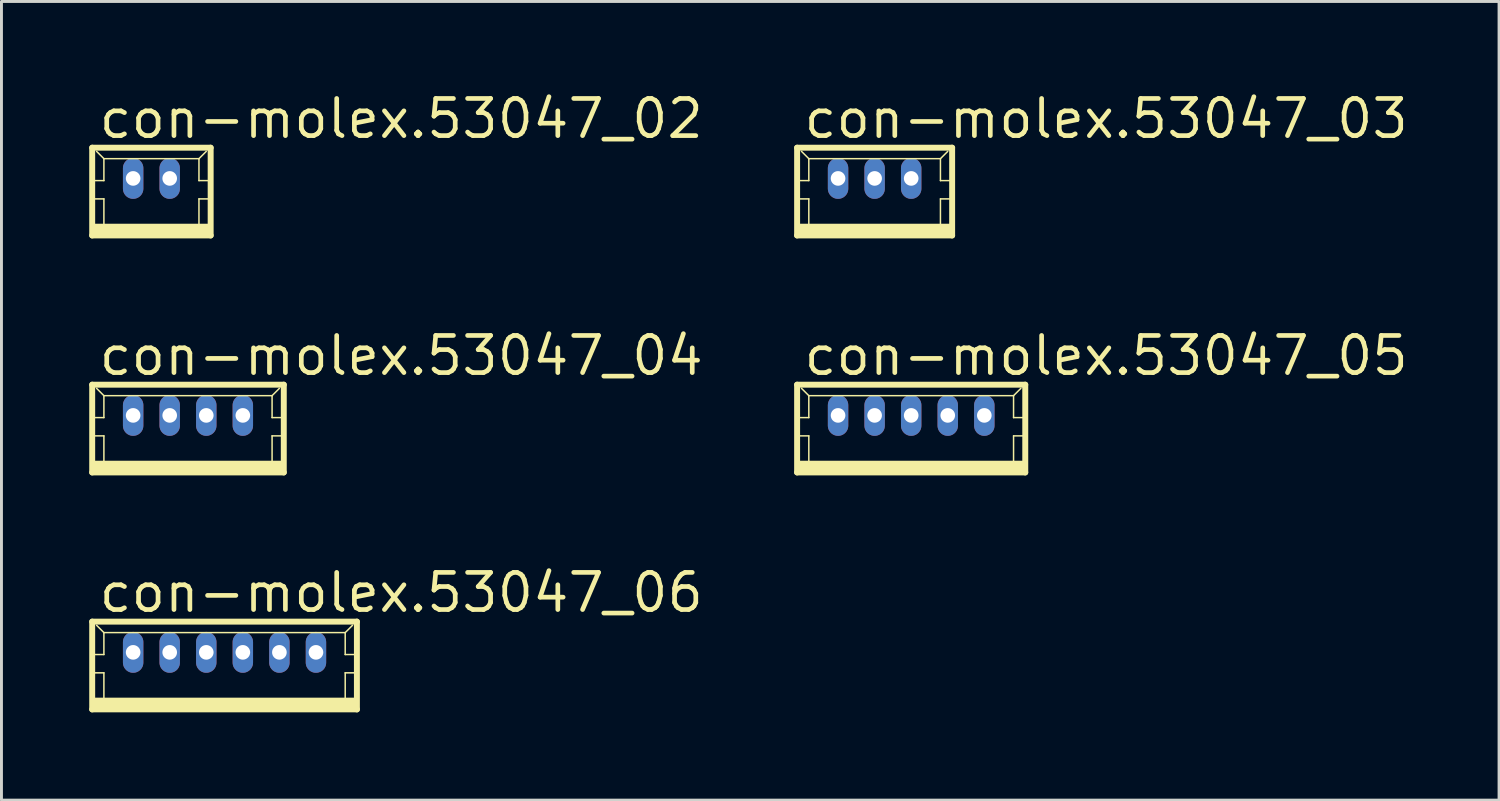
<source format=kicad_pcb>
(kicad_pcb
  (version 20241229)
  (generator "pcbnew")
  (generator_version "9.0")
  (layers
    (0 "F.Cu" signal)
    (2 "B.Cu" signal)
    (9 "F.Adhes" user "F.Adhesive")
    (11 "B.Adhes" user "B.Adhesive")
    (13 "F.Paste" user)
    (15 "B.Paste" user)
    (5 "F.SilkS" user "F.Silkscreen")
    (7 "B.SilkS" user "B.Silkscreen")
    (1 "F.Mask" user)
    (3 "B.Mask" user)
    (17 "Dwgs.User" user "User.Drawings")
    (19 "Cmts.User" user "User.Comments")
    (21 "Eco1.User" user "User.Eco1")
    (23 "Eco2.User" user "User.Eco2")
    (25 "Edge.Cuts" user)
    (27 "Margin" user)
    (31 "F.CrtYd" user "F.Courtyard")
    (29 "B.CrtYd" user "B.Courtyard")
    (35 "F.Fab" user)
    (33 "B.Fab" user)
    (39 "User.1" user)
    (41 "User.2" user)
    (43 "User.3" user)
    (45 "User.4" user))
  (footprint "con-molex.53047_02"
    (layer "F.Cu")
    (at 2.127 3.5)
    (property "Reference" "con-molex.53047_02" (at -1.875 -1.75 0) (layer "F.SilkS") (effects (font (size 1.27 1.27) (thickness 0.16)) (justify left bottom)))
    (attr through_hole)
    (fp_line (start -2.025 -1.5) (end -2.025 1.5) (stroke (width 0.203) (type default)) (layer "F.SilkS"))
    (fp_line (start -2.025 1.5) (end 2.025 1.5) (stroke (width 0.203) (type default)) (layer "F.SilkS"))
    (fp_line (start -2 -0.375) (end -1.625 -0.375) (stroke (width 0.051) (type default)) (layer "F.SilkS"))
    (fp_line (start -2 0.25) (end -1.625 0.25) (stroke (width 0.051) (type default)) (layer "F.SilkS"))
    (fp_line (start -1.625 -1.125) (end -1.875 -1.375) (stroke (width 0.051) (type default)) (layer "F.SilkS"))
    (fp_line (start -1.625 -1.125) (end 1.625 -1.125) (stroke (width 0.051) (type default)) (layer "F.SilkS"))
    (fp_line (start -1.625 -0.375) (end -1.625 -1.125) (stroke (width 0.051) (type default)) (layer "F.SilkS"))
    (fp_line (start -1.625 0.25) (end -1.625 1.25) (stroke (width 0.051) (type default)) (layer "F.SilkS"))
    (fp_line (start 1.625 -1.125) (end 1.625 -0.375) (stroke (width 0.051) (type default)) (layer "F.SilkS"))
    (fp_line (start 1.625 -1.125) (end 1.875 -1.375) (stroke (width 0.051) (type default)) (layer "F.SilkS"))
    (fp_line (start 1.625 -0.375) (end 2 -0.375) (stroke (width 0.051) (type default)) (layer "F.SilkS"))
    (fp_line (start 1.625 0.25) (end 1.625 1.25) (stroke (width 0.051) (type default)) (layer "F.SilkS"))
    (fp_line (start 1.625 0.25) (end 2 0.25) (stroke (width 0.051) (type default)) (layer "F.SilkS"))
    (fp_line (start 2.025 -1.5) (end -2.025 -1.5) (stroke (width 0.203) (type default)) (layer "F.SilkS"))
    (fp_line (start 2.025 1.5) (end 2.025 -1.5) (stroke (width 0.203) (type default)) (layer "F.SilkS"))
    (fp_rect (start -2 1.5) (end 2 1.125) (stroke (width 0.05) (type default)) (fill yes) (layer "F.SilkS"))
    (pad "1" thru_hole oval (at 0.625 -0.45 90) (size 1.397 0.698) (drill 0.5) (layers "*.Cu" "*.Mask"))
    (pad "2" thru_hole oval (at -0.625 -0.45 90) (size 1.397 0.698) (drill 0.5) (layers "*.Cu" "*.Mask")))
  (footprint "con-molex.53047_06"
    (layer "F.Cu")
    (at 4.627 19.703)
    (property "Reference" "con-molex.53047_06" (at -4.375 -1.75 0) (layer "F.SilkS") (effects (font (size 1.27 1.27) (thickness 0.16)) (justify left bottom)))
    (attr through_hole)
    (fp_line (start -4.525 -1.5) (end -4.525 1.5) (stroke (width 0.203) (type default)) (layer "F.SilkS"))
    (fp_line (start -4.525 1.5) (end 4.525 1.5) (stroke (width 0.203) (type default)) (layer "F.SilkS"))
    (fp_line (start -4.5 -0.375) (end -4.125 -0.375) (stroke (width 0.051) (type default)) (layer "F.SilkS"))
    (fp_line (start -4.5 0.25) (end -4.125 0.25) (stroke (width 0.051) (type default)) (layer "F.SilkS"))
    (fp_line (start -4.125 -1.125) (end -4.375 -1.375) (stroke (width 0.051) (type default)) (layer "F.SilkS"))
    (fp_line (start -4.125 -1.125) (end 4.125 -1.125) (stroke (width 0.051) (type default)) (layer "F.SilkS"))
    (fp_line (start -4.125 -0.375) (end -4.125 -1.125) (stroke (width 0.051) (type default)) (layer "F.SilkS"))
    (fp_line (start -4.125 0.25) (end -4.125 1.25) (stroke (width 0.051) (type default)) (layer "F.SilkS"))
    (fp_line (start 4.125 -1.125) (end 4.125 -0.375) (stroke (width 0.051) (type default)) (layer "F.SilkS"))
    (fp_line (start 4.125 -1.125) (end 4.375 -1.375) (stroke (width 0.051) (type default)) (layer "F.SilkS"))
    (fp_line (start 4.125 -0.375) (end 4.5 -0.375) (stroke (width 0.051) (type default)) (layer "F.SilkS"))
    (fp_line (start 4.125 0.25) (end 4.125 1.25) (stroke (width 0.051) (type default)) (layer "F.SilkS"))
    (fp_line (start 4.125 0.25) (end 4.5 0.25) (stroke (width 0.051) (type default)) (layer "F.SilkS"))
    (fp_line (start 4.525 -1.5) (end -4.525 -1.5) (stroke (width 0.203) (type default)) (layer "F.SilkS"))
    (fp_line (start 4.525 1.5) (end 4.525 -1.5) (stroke (width 0.203) (type default)) (layer "F.SilkS"))
    (fp_rect (start -4.5 1.5) (end 4.5 1.125) (stroke (width 0.05) (type default)) (fill yes) (layer "F.SilkS"))
    (pad "1" thru_hole oval (at 3.125 -0.45 90) (size 1.397 0.698) (drill 0.5) (layers "*.Cu" "*.Mask"))
    (pad "2" thru_hole oval (at 1.875 -0.45 90) (size 1.397 0.698) (drill 0.5) (layers "*.Cu" "*.Mask"))
    (pad "3" thru_hole oval (at 0.625 -0.45 90) (size 1.397 0.698) (drill 0.5) (layers "*.Cu" "*.Mask"))
    (pad "4" thru_hole oval (at -0.625 -0.45 90) (size 1.397 0.698) (drill 0.5) (layers "*.Cu" "*.Mask"))
    (pad "5" thru_hole oval (at -1.875 -0.45 90) (size 1.397 0.698) (drill 0.5) (layers "*.Cu" "*.Mask"))
    (pad "6" thru_hole oval (at -3.125 -0.45 90) (size 1.397 0.698) (drill 0.5) (layers "*.Cu" "*.Mask")))
  (footprint "con-molex.53047_03"
    (layer "F.Cu")
    (at 26.852 3.5)
    (property "Reference" "con-molex.53047_03" (at -2.5 -1.75 0) (layer "F.SilkS") (effects (font (size 1.27 1.27) (thickness 0.16)) (justify left bottom)))
    (attr through_hole)
    (fp_line (start -2.65 -1.5) (end -2.65 1.5) (stroke (width 0.203) (type default)) (layer "F.SilkS"))
    (fp_line (start -2.65 1.5) (end 2.65 1.5) (stroke (width 0.203) (type default)) (layer "F.SilkS"))
    (fp_line (start -2.625 -0.375) (end -2.25 -0.375) (stroke (width 0.051) (type default)) (layer "F.SilkS"))
    (fp_line (start -2.625 0.25) (end -2.25 0.25) (stroke (width 0.051) (type default)) (layer "F.SilkS"))
    (fp_line (start -2.25 -1.125) (end -2.5 -1.375) (stroke (width 0.051) (type default)) (layer "F.SilkS"))
    (fp_line (start -2.25 -1.125) (end 2.25 -1.125) (stroke (width 0.051) (type default)) (layer "F.SilkS"))
    (fp_line (start -2.25 -0.375) (end -2.25 -1.125) (stroke (width 0.051) (type default)) (layer "F.SilkS"))
    (fp_line (start -2.25 0.25) (end -2.25 1.25) (stroke (width 0.051) (type default)) (layer "F.SilkS"))
    (fp_line (start 2.25 -1.125) (end 2.25 -0.375) (stroke (width 0.051) (type default)) (layer "F.SilkS"))
    (fp_line (start 2.25 -1.125) (end 2.5 -1.375) (stroke (width 0.051) (type default)) (layer "F.SilkS"))
    (fp_line (start 2.25 -0.375) (end 2.625 -0.375) (stroke (width 0.051) (type default)) (layer "F.SilkS"))
    (fp_line (start 2.25 0.25) (end 2.25 1.25) (stroke (width 0.051) (type default)) (layer "F.SilkS"))
    (fp_line (start 2.25 0.25) (end 2.625 0.25) (stroke (width 0.051) (type default)) (layer "F.SilkS"))
    (fp_line (start 2.65 -1.5) (end -2.65 -1.5) (stroke (width 0.203) (type default)) (layer "F.SilkS"))
    (fp_line (start 2.65 1.5) (end 2.65 -1.5) (stroke (width 0.203) (type default)) (layer "F.SilkS"))
    (fp_rect (start -2.625 1.5) (end 2.625 1.125) (stroke (width 0.05) (type default)) (fill yes) (layer "F.SilkS"))
    (pad "1" thru_hole oval (at 1.25 -0.45 90) (size 1.397 0.698) (drill 0.5) (layers "*.Cu" "*.Mask"))
    (pad "2" thru_hole oval (at 0 -0.45 90) (size 1.397 0.698) (drill 0.5) (layers "*.Cu" "*.Mask"))
    (pad "3" thru_hole oval (at -1.25 -0.45 90) (size 1.397 0.698) (drill 0.5) (layers "*.Cu" "*.Mask")))
  (footprint "con-molex.53047_04"
    (layer "F.Cu")
    (at 3.377 11.602)
    (property "Reference" "con-molex.53047_04" (at -3.125 -1.75 0) (layer "F.SilkS") (effects (font (size 1.27 1.27) (thickness 0.16)) (justify left bottom)))
    (attr through_hole)
    (fp_line (start -3.275 -1.5) (end -3.275 1.5) (stroke (width 0.203) (type default)) (layer "F.SilkS"))
    (fp_line (start -3.275 1.5) (end 3.275 1.5) (stroke (width 0.203) (type default)) (layer "F.SilkS"))
    (fp_line (start -3.25 -0.375) (end -2.875 -0.375) (stroke (width 0.051) (type default)) (layer "F.SilkS"))
    (fp_line (start -3.25 0.25) (end -2.875 0.25) (stroke (width 0.051) (type default)) (layer "F.SilkS"))
    (fp_line (start -2.875 -1.125) (end -3.125 -1.375) (stroke (width 0.051) (type default)) (layer "F.SilkS"))
    (fp_line (start -2.875 -1.125) (end 2.875 -1.125) (stroke (width 0.051) (type default)) (layer "F.SilkS"))
    (fp_line (start -2.875 -0.375) (end -2.875 -1.125) (stroke (width 0.051) (type default)) (layer "F.SilkS"))
    (fp_line (start -2.875 0.25) (end -2.875 1.25) (stroke (width 0.051) (type default)) (layer "F.SilkS"))
    (fp_line (start 2.875 -1.125) (end 2.875 -0.375) (stroke (width 0.051) (type default)) (layer "F.SilkS"))
    (fp_line (start 2.875 -1.125) (end 3.125 -1.375) (stroke (width 0.051) (type default)) (layer "F.SilkS"))
    (fp_line (start 2.875 -0.375) (end 3.25 -0.375) (stroke (width 0.051) (type default)) (layer "F.SilkS"))
    (fp_line (start 2.875 0.25) (end 2.875 1.25) (stroke (width 0.051) (type default)) (layer "F.SilkS"))
    (fp_line (start 2.875 0.25) (end 3.25 0.25) (stroke (width 0.051) (type default)) (layer "F.SilkS"))
    (fp_line (start 3.275 -1.5) (end -3.275 -1.5) (stroke (width 0.203) (type default)) (layer "F.SilkS"))
    (fp_line (start 3.275 1.5) (end 3.275 -1.5) (stroke (width 0.203) (type default)) (layer "F.SilkS"))
    (fp_rect (start -3.25 1.5) (end 3.25 1.125) (stroke (width 0.05) (type default)) (fill yes) (layer "F.SilkS"))
    (pad "1" thru_hole oval (at 1.875 -0.45 90) (size 1.397 0.698) (drill 0.5) (layers "*.Cu" "*.Mask"))
    (pad "2" thru_hole oval (at 0.625 -0.45 90) (size 1.397 0.698) (drill 0.5) (layers "*.Cu" "*.Mask"))
    (pad "3" thru_hole oval (at -0.625 -0.45 90) (size 1.397 0.698) (drill 0.5) (layers "*.Cu" "*.Mask"))
    (pad "4" thru_hole oval (at -1.875 -0.45 90) (size 1.397 0.698) (drill 0.5) (layers "*.Cu" "*.Mask")))
  (footprint "con-molex.53047_05"
    (layer "F.Cu")
    (at 28.102 11.602)
    (property "Reference" "con-molex.53047_05" (at -3.75 -1.75 0) (layer "F.SilkS") (effects (font (size 1.27 1.27) (thickness 0.16)) (justify left bottom)))
    (attr through_hole)
    (fp_line (start -3.9 -1.5) (end -3.9 1.5) (stroke (width 0.203) (type default)) (layer "F.SilkS"))
    (fp_line (start -3.9 1.5) (end 3.9 1.5) (stroke (width 0.203) (type default)) (layer "F.SilkS"))
    (fp_line (start -3.875 -0.375) (end -3.5 -0.375) (stroke (width 0.051) (type default)) (layer "F.SilkS"))
    (fp_line (start -3.875 0.25) (end -3.5 0.25) (stroke (width 0.051) (type default)) (layer "F.SilkS"))
    (fp_line (start -3.5 -1.125) (end -3.75 -1.375) (stroke (width 0.051) (type default)) (layer "F.SilkS"))
    (fp_line (start -3.5 -1.125) (end 3.5 -1.125) (stroke (width 0.051) (type default)) (layer "F.SilkS"))
    (fp_line (start -3.5 -0.375) (end -3.5 -1.125) (stroke (width 0.051) (type default)) (layer "F.SilkS"))
    (fp_line (start -3.5 0.25) (end -3.5 1.25) (stroke (width 0.051) (type default)) (layer "F.SilkS"))
    (fp_line (start 3.5 -1.125) (end 3.5 -0.375) (stroke (width 0.051) (type default)) (layer "F.SilkS"))
    (fp_line (start 3.5 -1.125) (end 3.75 -1.375) (stroke (width 0.051) (type default)) (layer "F.SilkS"))
    (fp_line (start 3.5 -0.375) (end 3.875 -0.375) (stroke (width 0.051) (type default)) (layer "F.SilkS"))
    (fp_line (start 3.5 0.25) (end 3.5 1.25) (stroke (width 0.051) (type default)) (layer "F.SilkS"))
    (fp_line (start 3.5 0.25) (end 3.875 0.25) (stroke (width 0.051) (type default)) (layer "F.SilkS"))
    (fp_line (start 3.9 -1.5) (end -3.9 -1.5) (stroke (width 0.203) (type default)) (layer "F.SilkS"))
    (fp_line (start 3.9 1.5) (end 3.9 -1.5) (stroke (width 0.203) (type default)) (layer "F.SilkS"))
    (fp_rect (start -3.875 1.5) (end 3.875 1.125) (stroke (width 0.05) (type default)) (fill yes) (layer "F.SilkS"))
    (pad "1" thru_hole oval (at 2.5 -0.45 90) (size 1.397 0.698) (drill 0.5) (layers "*.Cu" "*.Mask"))
    (pad "2" thru_hole oval (at 1.25 -0.45 90) (size 1.397 0.698) (drill 0.5) (layers "*.Cu" "*.Mask"))
    (pad "3" thru_hole oval (at 0 -0.45 90) (size 1.397 0.698) (drill 0.5) (layers "*.Cu" "*.Mask"))
    (pad "4" thru_hole oval (at -1.25 -0.45 90) (size 1.397 0.698) (drill 0.5) (layers "*.Cu" "*.Mask"))
    (pad "5" thru_hole oval (at -2.5 -0.45 90) (size 1.397 0.698) (drill 0.5) (layers "*.Cu" "*.Mask")))
  (gr_rect
    (start -3 -3)
    (end 48.2 24.305)
    (stroke (width 0.1) (type default))
    (fill no)
    (layer "Edge.Cuts")))
</source>
